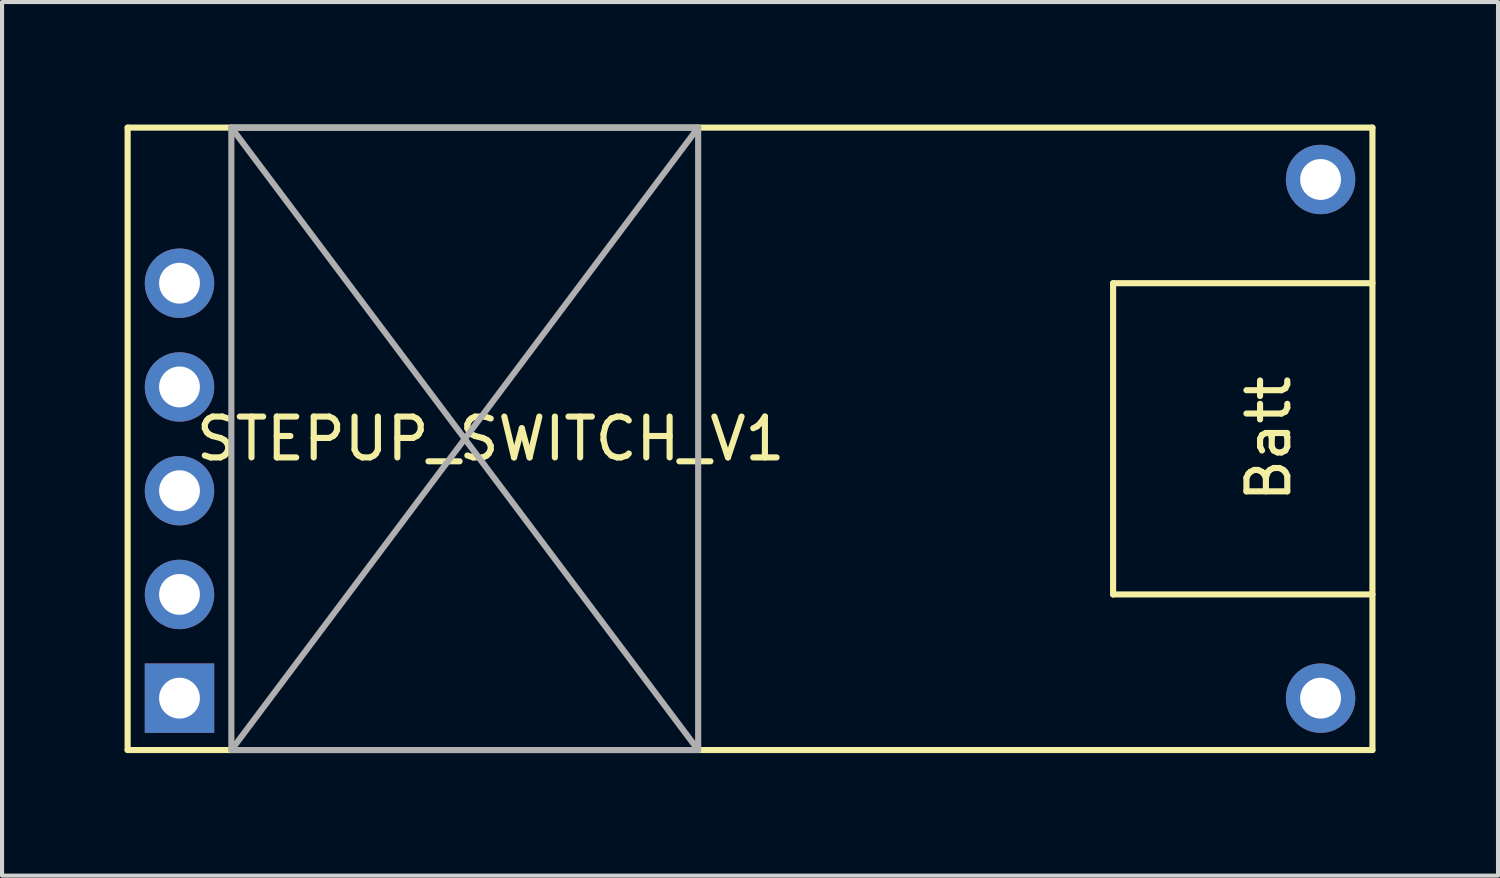
<source format=kicad_pcb>
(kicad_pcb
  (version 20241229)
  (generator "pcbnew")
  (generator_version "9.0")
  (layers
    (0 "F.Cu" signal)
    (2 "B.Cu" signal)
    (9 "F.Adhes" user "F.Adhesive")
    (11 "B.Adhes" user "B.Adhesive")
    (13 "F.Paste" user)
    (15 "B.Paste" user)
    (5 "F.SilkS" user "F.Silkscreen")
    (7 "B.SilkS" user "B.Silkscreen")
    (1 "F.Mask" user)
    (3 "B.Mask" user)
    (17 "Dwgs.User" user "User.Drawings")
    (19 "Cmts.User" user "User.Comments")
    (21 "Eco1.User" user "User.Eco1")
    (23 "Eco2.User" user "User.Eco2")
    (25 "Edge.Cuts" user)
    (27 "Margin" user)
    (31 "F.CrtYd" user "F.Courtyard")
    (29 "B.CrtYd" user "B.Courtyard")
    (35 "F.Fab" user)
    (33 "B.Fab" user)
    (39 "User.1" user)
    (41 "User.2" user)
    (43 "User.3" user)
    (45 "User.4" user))
  (footprint "STEPUP_SWITCH_V1"
    (layer "F.Cu")
    (at 1.345 14.045)
    (property "Reference" "STEPUP_SWITCH_V1" (at 7.62 -6.35 180) (layer "F.SilkS") (effects (font (size 1 1) (thickness 0.15))))
    (attr through_hole)
    (fp_line (start -1.27 -13.97) (end -1.27 1.27) (stroke (width 0.15) (type solid)) (layer "F.SilkS"))
    (fp_line (start -1.27 1.27) (end 29.21 1.27) (stroke (width 0.15) (type solid)) (layer "F.SilkS"))
    (fp_line (start 22.86 -10.16) (end 22.86 -2.54) (stroke (width 0.15) (type solid)) (layer "F.SilkS"))
    (fp_line (start 22.86 -2.54) (end 29.21 -2.54) (stroke (width 0.15) (type solid)) (layer "F.SilkS"))
    (fp_line (start 29.21 -13.97) (end -1.27 -13.97) (stroke (width 0.15) (type solid)) (layer "F.SilkS"))
    (fp_line (start 29.21 -10.16) (end 22.86 -10.16) (stroke (width 0.15) (type solid)) (layer "F.SilkS"))
    (fp_line (start 29.21 1.27) (end 29.21 -13.97) (stroke (width 0.15) (type solid)) (layer "F.SilkS"))
    (fp_line (start 1.27 -13.97) (end 1.27 1.27) (stroke (width 0.15) (type solid)) (layer "F.Fab"))
    (fp_line (start 1.27 -13.97) (end 12.7 1.27) (stroke (width 0.15) (type solid)) (layer "F.Fab"))
    (fp_line (start 1.27 1.27) (end 12.7 -13.97) (stroke (width 0.15) (type solid)) (layer "F.Fab"))
    (fp_line (start 1.27 1.27) (end 12.7 1.27) (stroke (width 0.15) (type solid)) (layer "F.Fab"))
    (fp_line (start 12.7 -13.97) (end 1.27 -13.97) (stroke (width 0.15) (type solid)) (layer "F.Fab"))
    (fp_line (start 12.7 1.27) (end 12.7 -13.97) (stroke (width 0.15) (type solid)) (layer "F.Fab"))
    (fp_text user "Batt" (at 26.67 -6.35 90) (layer "F.SilkS") (effects (font (size 1 1) (thickness 0.15))))
    (pad "1" thru_hole rect (at 0 0) (size 1.7 1.7) (drill 1) (layers "*.Cu" "*.Mask"))
    (pad "2" thru_hole circle (at 0 -2.54) (size 1.7 1.7) (drill 1) (layers "*.Cu" "*.Mask"))
    (pad "3" thru_hole circle (at 0 -5.08) (size 1.7 1.7) (drill 1) (layers "*.Cu" "*.Mask"))
    (pad "4" thru_hole circle (at 0 -7.62) (size 1.7 1.7) (drill 1) (layers "*.Cu" "*.Mask"))
    (pad "5" thru_hole circle (at 0 -10.16) (size 1.7 1.7) (drill 1) (layers "*.Cu" "*.Mask"))
    (pad "7" thru_hole circle (at 27.94 0) (size 1.7 1.7) (drill 1) (layers "*.Cu" "*.Mask"))
    (pad "8" thru_hole circle (at 27.94 -12.7) (size 1.7 1.7) (drill 1) (layers "*.Cu" "*.Mask")))
  (gr_rect
    (start -3 -3)
    (end 33.63 18.39)
    (stroke (width 0.1) (type default))
    (fill no)
    (layer "Edge.Cuts")))
</source>
